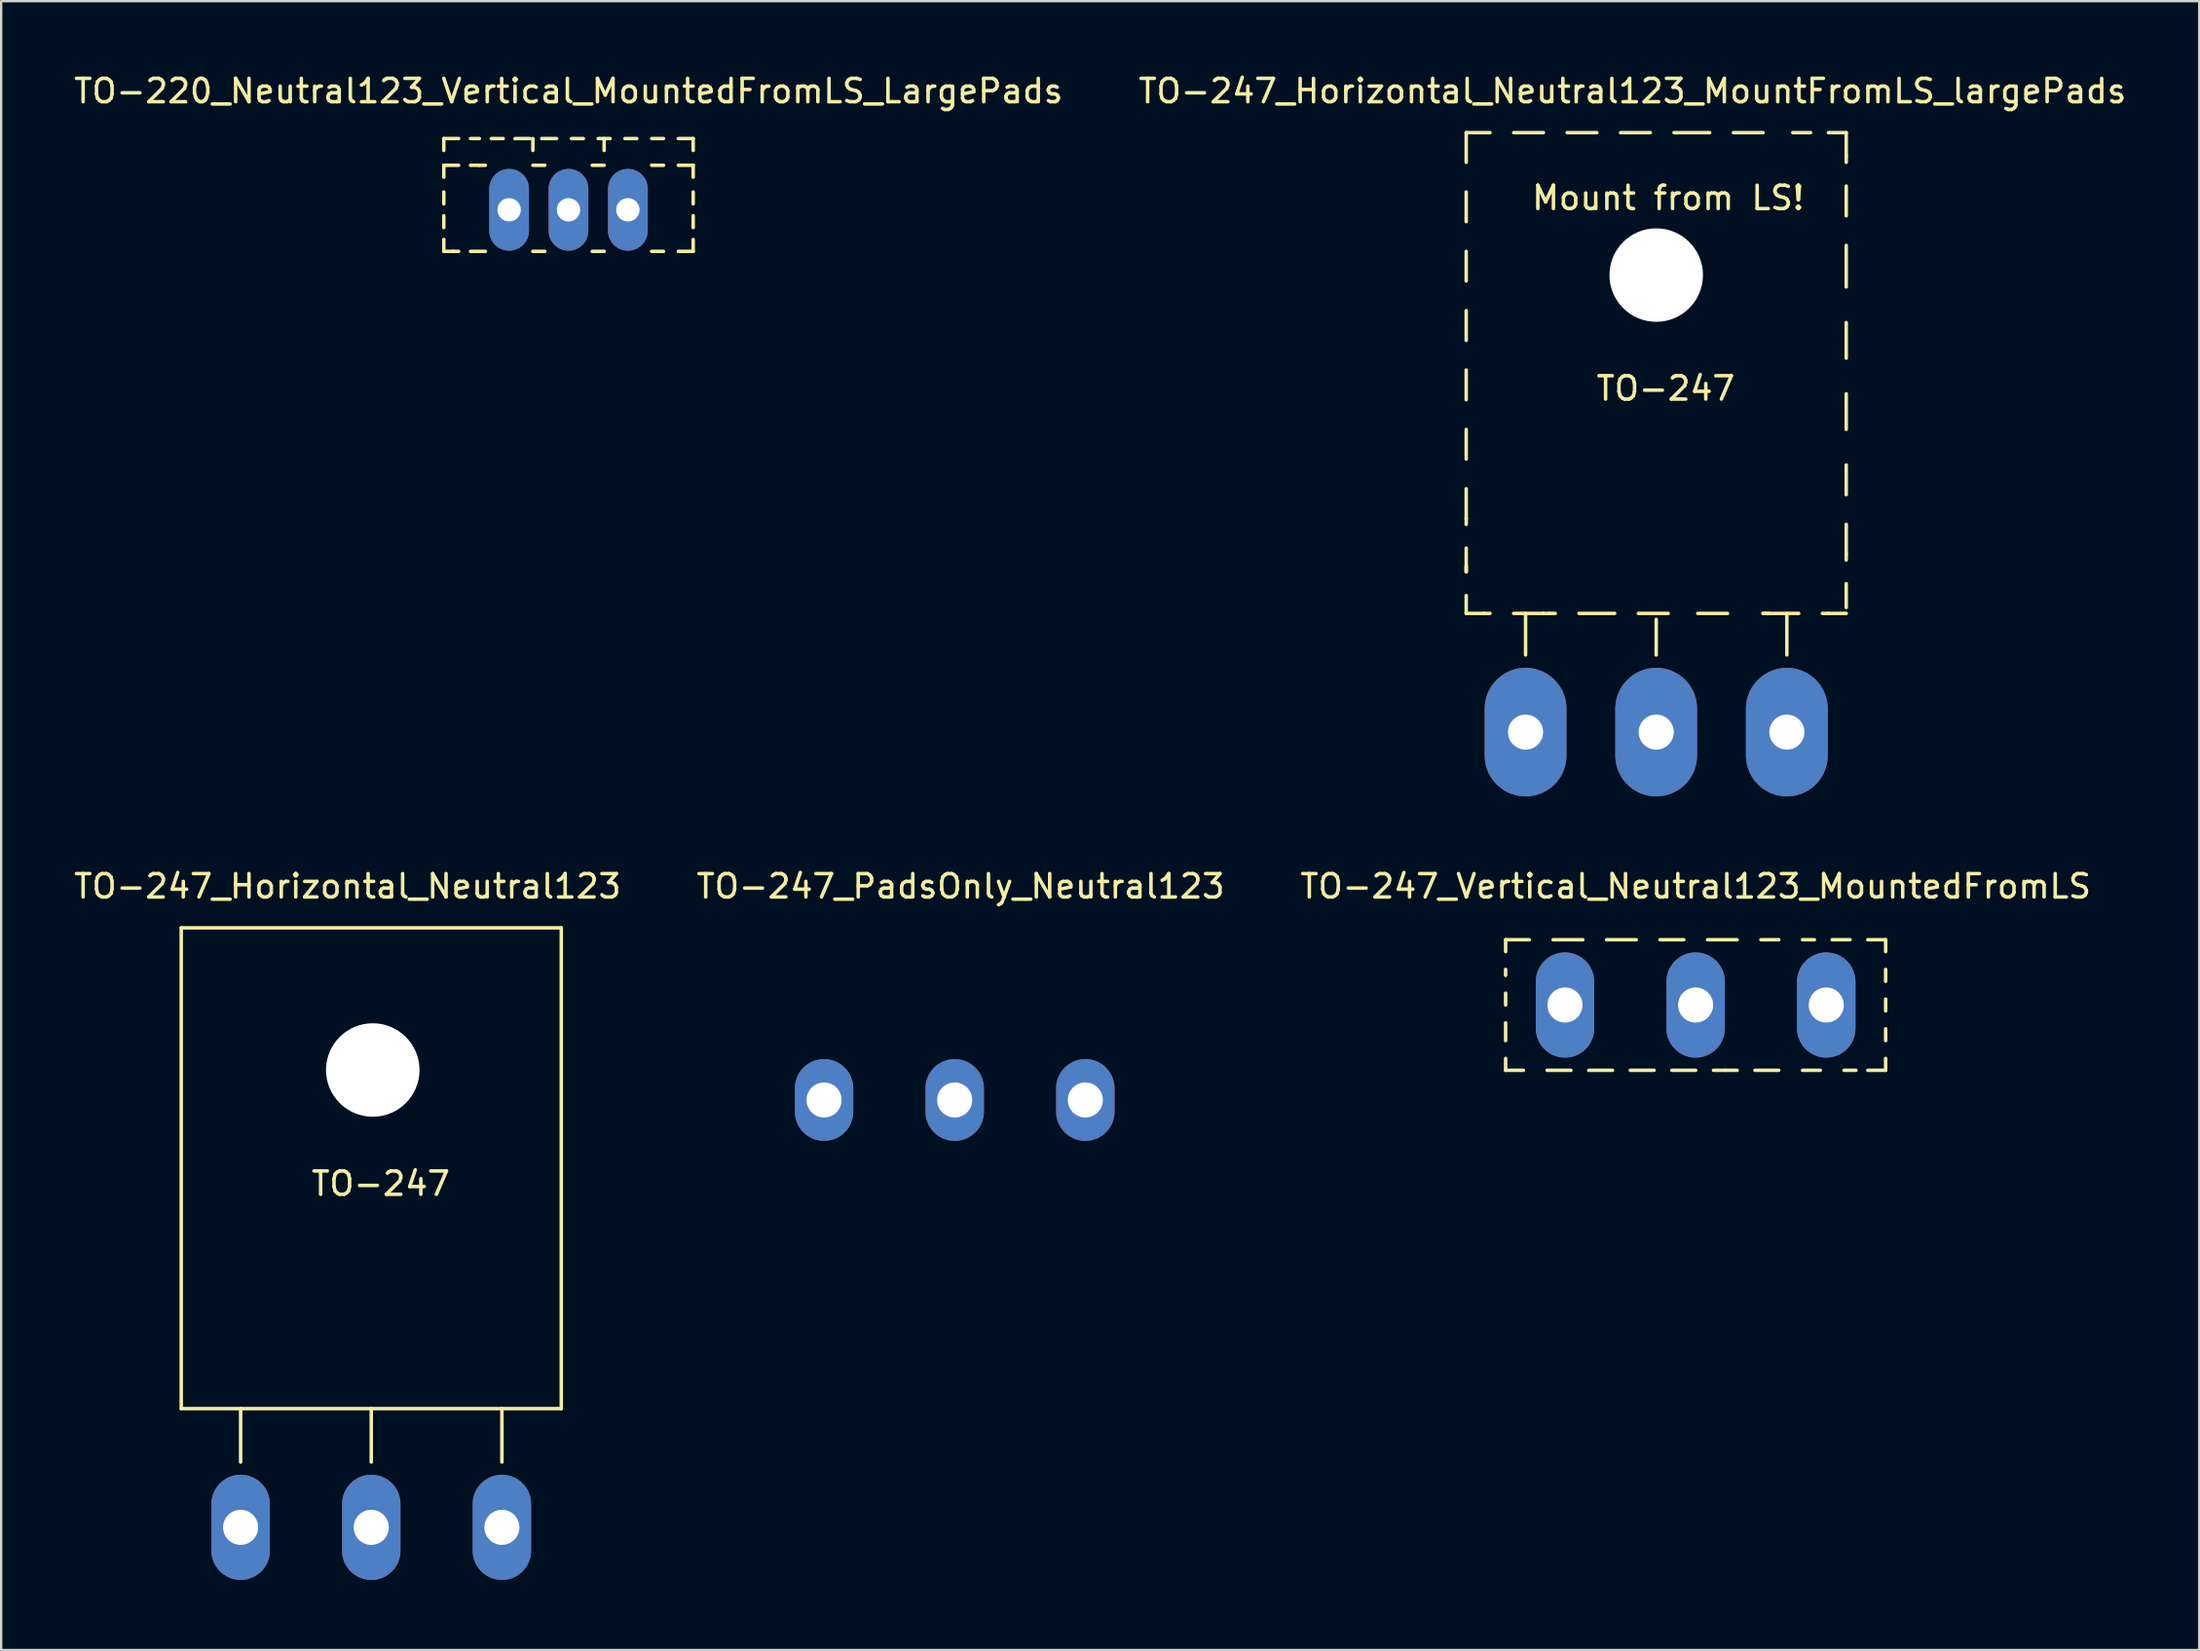
<source format=kicad_pcb>
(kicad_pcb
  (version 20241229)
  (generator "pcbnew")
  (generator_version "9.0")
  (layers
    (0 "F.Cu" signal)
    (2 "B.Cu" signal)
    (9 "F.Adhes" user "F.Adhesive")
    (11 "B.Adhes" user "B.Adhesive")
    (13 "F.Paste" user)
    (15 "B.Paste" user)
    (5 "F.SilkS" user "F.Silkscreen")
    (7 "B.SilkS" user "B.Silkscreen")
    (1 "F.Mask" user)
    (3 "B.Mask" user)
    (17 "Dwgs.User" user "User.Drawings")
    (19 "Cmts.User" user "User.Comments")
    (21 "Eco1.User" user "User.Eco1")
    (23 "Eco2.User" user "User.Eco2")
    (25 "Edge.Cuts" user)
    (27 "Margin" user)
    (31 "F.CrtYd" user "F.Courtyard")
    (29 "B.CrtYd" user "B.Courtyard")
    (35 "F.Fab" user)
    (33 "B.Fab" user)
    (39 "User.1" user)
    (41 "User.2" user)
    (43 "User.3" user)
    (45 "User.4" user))
  (footprint "TO-247_Vertical_Neutral123_MountedFromLS"
    (layer "F.Cu")
    (at 69.482 39.959)
    (property "Reference" "TO-247_Vertical_Neutral123_MountedFromLS" (at 0 -5.08 0) (layer "F.SilkS") (effects (font (size 1 1) (thickness 0.15))))
    (attr through_hole)
    (fp_line (start -8.128 -2.794) (end -8.128 -2.286) (stroke (width 0.15) (type solid)) (layer "F.SilkS"))
    (fp_line (start -8.128 -2.794) (end -7.112 -2.794) (stroke (width 0.15) (type solid)) (layer "F.SilkS"))
    (fp_line (start -8.128 -1.27) (end -8.128 -1.524) (stroke (width 0.15) (type solid)) (layer "F.SilkS"))
    (fp_line (start -8.128 0) (end -8.128 -0.508) (stroke (width 0.15) (type solid)) (layer "F.SilkS"))
    (fp_line (start -8.128 1.524) (end -8.128 0.762) (stroke (width 0.15) (type solid)) (layer "F.SilkS"))
    (fp_line (start -8.128 2.794) (end -8.128 2.286) (stroke (width 0.15) (type solid)) (layer "F.SilkS"))
    (fp_line (start -8.128 2.794) (end -7.366 2.794) (stroke (width 0.15) (type solid)) (layer "F.SilkS"))
    (fp_line (start -6.35 2.794) (end -5.334 2.794) (stroke (width 0.15) (type solid)) (layer "F.SilkS"))
    (fp_line (start -6.096 -2.794) (end -4.826 -2.794) (stroke (width 0.15) (type solid)) (layer "F.SilkS"))
    (fp_line (start -4.572 2.794) (end -3.556 2.794) (stroke (width 0.15) (type solid)) (layer "F.SilkS"))
    (fp_line (start -3.81 -2.794) (end -2.54 -2.794) (stroke (width 0.15) (type solid)) (layer "F.SilkS"))
    (fp_line (start -2.794 2.794) (end -1.778 2.794) (stroke (width 0.15) (type solid)) (layer "F.SilkS"))
    (fp_line (start -1.524 -2.794) (end -0.508 -2.794) (stroke (width 0.15) (type solid)) (layer "F.SilkS"))
    (fp_line (start -1.016 2.794) (end 0 2.794) (stroke (width 0.15) (type solid)) (layer "F.SilkS"))
    (fp_line (start 0.508 -2.794) (end 1.778 -2.794) (stroke (width 0.15) (type solid)) (layer "F.SilkS"))
    (fp_line (start 1.27 2.794) (end 0.762 2.794) (stroke (width 0.15) (type solid)) (layer "F.SilkS"))
    (fp_line (start 1.27 2.794) (end 1.778 2.794) (stroke (width 0.15) (type solid)) (layer "F.SilkS"))
    (fp_line (start 2.54 2.794) (end 3.556 2.794) (stroke (width 0.15) (type solid)) (layer "F.SilkS"))
    (fp_line (start 2.794 -2.794) (end 3.556 -2.794) (stroke (width 0.15) (type solid)) (layer "F.SilkS"))
    (fp_line (start 4.572 2.794) (end 5.334 2.794) (stroke (width 0.15) (type solid)) (layer "F.SilkS"))
    (fp_line (start 5.08 -2.794) (end 4.572 -2.794) (stroke (width 0.15) (type solid)) (layer "F.SilkS"))
    (fp_line (start 6.35 2.794) (end 6.858 2.794) (stroke (width 0.15) (type solid)) (layer "F.SilkS"))
    (fp_line (start 6.604 -2.794) (end 5.842 -2.794) (stroke (width 0.15) (type solid)) (layer "F.SilkS"))
    (fp_line (start 7.366 2.794) (end 8.128 2.794) (stroke (width 0.15) (type solid)) (layer "F.SilkS"))
    (fp_line (start 8.128 -2.794) (end 7.366 -2.794) (stroke (width 0.15) (type solid)) (layer "F.SilkS"))
    (fp_line (start 8.128 -2.794) (end 8.128 -2.286) (stroke (width 0.15) (type solid)) (layer "F.SilkS"))
    (fp_line (start 8.128 -1.524) (end 8.128 -1.016) (stroke (width 0.15) (type solid)) (layer "F.SilkS"))
    (fp_line (start 8.128 -0.254) (end 8.128 0.254) (stroke (width 0.15) (type solid)) (layer "F.SilkS"))
    (fp_line (start 8.128 1.016) (end 8.128 1.524) (stroke (width 0.15) (type solid)) (layer "F.SilkS"))
    (fp_line (start 8.128 2.794) (end 8.128 2.286) (stroke (width 0.15) (type solid)) (layer "F.SilkS"))
    (pad "1" thru_hole oval (at 5.588 0 90) (size 4.501 2.499) (drill 1.501) (layers "*.Cu" "*.Mask"))
    (pad "2" thru_hole oval (at 0 0 90) (size 4.501 2.499) (drill 1.501) (layers "*.Cu" "*.Mask"))
    (pad "3" thru_hole oval (at -5.588 0 90) (size 4.501 2.499) (drill 1.501) (layers "*.Cu" "*.Mask")))
  (footprint "TO-247_PadsOnly_Neutral123"
    (layer "F.Cu")
    (at 37.788 44.023)
    (property "Reference" "TO-247_PadsOnly_Neutral123" (at 0.254 -9.144 0) (layer "F.SilkS") (effects (font (size 1 1) (thickness 0.15))))
    (attr through_hole)
    (pad "1" thru_hole oval (at -5.588 0 90) (size 3.5 2.499) (drill 1.501) (layers "*.Cu" "*.Mask"))
    (pad "2" thru_hole oval (at 0 0 90) (size 3.5 2.499) (drill 1.501) (layers "*.Cu" "*.Mask"))
    (pad "3" thru_hole oval (at 5.588 0 90) (size 3.5 2.499) (drill 1.501) (layers "*.Cu" "*.Mask")))
  (footprint "TO-220_Neutral123_Vertical_MountedFromLS_LargePads"
    (layer "F.Cu")
    (at 21.268 5.928)
    (property "Reference" "TO-220_Neutral123_Vertical_MountedFromLS_LargePads" (at 0 -5.08 0) (layer "F.SilkS") (effects (font (size 1 1) (thickness 0.15))))
    (attr through_hole)
    (fp_line (start -5.334 -3.048) (end -4.699 -3.048) (stroke (width 0.15) (type solid)) (layer "F.SilkS"))
    (fp_line (start -5.334 -2.54) (end -5.334 -3.048) (stroke (width 0.15) (type solid)) (layer "F.SilkS"))
    (fp_line (start -5.334 -1.397) (end -5.334 -1.905) (stroke (width 0.15) (type solid)) (layer "F.SilkS"))
    (fp_line (start -5.334 -0.254) (end -5.334 -0.762) (stroke (width 0.15) (type solid)) (layer "F.SilkS"))
    (fp_line (start -5.334 0.762) (end -5.334 0.254) (stroke (width 0.15) (type solid)) (layer "F.SilkS"))
    (fp_line (start -5.334 1.778) (end -5.334 1.27) (stroke (width 0.15) (type solid)) (layer "F.SilkS"))
    (fp_line (start -5.334 1.778) (end -4.953 1.778) (stroke (width 0.15) (type solid)) (layer "F.SilkS"))
    (fp_line (start -4.953 1.778) (end -4.699 1.778) (stroke (width 0.15) (type solid)) (layer "F.SilkS"))
    (fp_line (start -4.699 -1.905) (end -5.334 -1.905) (stroke (width 0.15) (type solid)) (layer "F.SilkS"))
    (fp_line (start -4.191 -3.048) (end -3.81 -3.048) (stroke (width 0.15) (type solid)) (layer "F.SilkS"))
    (fp_line (start -3.81 -1.905) (end -4.191 -1.905) (stroke (width 0.15) (type solid)) (layer "F.SilkS"))
    (fp_line (start -3.81 -1.905) (end -3.556 -1.905) (stroke (width 0.15) (type solid)) (layer "F.SilkS"))
    (fp_line (start -3.556 1.778) (end -4.191 1.778) (stroke (width 0.15) (type solid)) (layer "F.SilkS"))
    (fp_line (start -3.302 -3.048) (end -2.794 -3.048) (stroke (width 0.15) (type solid)) (layer "F.SilkS"))
    (fp_line (start -2.286 -3.048) (end -1.651 -3.048) (stroke (width 0.15) (type solid)) (layer "F.SilkS"))
    (fp_line (start -1.524 -3.048) (end -1.524 -2.54) (stroke (width 0.15) (type solid)) (layer "F.SilkS"))
    (fp_line (start -1.524 -1.905) (end -1.016 -1.905) (stroke (width 0.15) (type solid)) (layer "F.SilkS"))
    (fp_line (start -1.143 -3.048) (end -0.508 -3.048) (stroke (width 0.15) (type solid)) (layer "F.SilkS"))
    (fp_line (start -1.016 1.778) (end -1.524 1.778) (stroke (width 0.15) (type solid)) (layer "F.SilkS"))
    (fp_line (start 0.127 -3.048) (end 0.635 -3.048) (stroke (width 0.15) (type solid)) (layer "F.SilkS"))
    (fp_line (start 1.016 -1.905) (end 1.524 -1.905) (stroke (width 0.15) (type solid)) (layer "F.SilkS"))
    (fp_line (start 1.27 -3.048) (end 1.778 -3.048) (stroke (width 0.15) (type solid)) (layer "F.SilkS"))
    (fp_line (start 1.524 -3.048) (end 1.524 -2.54) (stroke (width 0.15) (type solid)) (layer "F.SilkS"))
    (fp_line (start 1.524 1.778) (end 1.016 1.778) (stroke (width 0.15) (type solid)) (layer "F.SilkS"))
    (fp_line (start 2.413 -3.048) (end 2.921 -3.048) (stroke (width 0.15) (type solid)) (layer "F.SilkS"))
    (fp_line (start 3.556 -3.048) (end 4.064 -3.048) (stroke (width 0.15) (type solid)) (layer "F.SilkS"))
    (fp_line (start 3.556 -1.905) (end 4.064 -1.905) (stroke (width 0.15) (type solid)) (layer "F.SilkS"))
    (fp_line (start 3.556 1.778) (end 4.064 1.778) (stroke (width 0.15) (type solid)) (layer "F.SilkS"))
    (fp_line (start 4.699 -3.048) (end 5.334 -3.048) (stroke (width 0.15) (type solid)) (layer "F.SilkS"))
    (fp_line (start 4.699 -1.905) (end 5.334 -1.905) (stroke (width 0.15) (type solid)) (layer "F.SilkS"))
    (fp_line (start 4.699 1.778) (end 5.334 1.778) (stroke (width 0.15) (type solid)) (layer "F.SilkS"))
    (fp_line (start 5.334 -3.048) (end 5.334 -2.54) (stroke (width 0.15) (type solid)) (layer "F.SilkS"))
    (fp_line (start 5.334 -1.905) (end 5.334 -1.397) (stroke (width 0.15) (type solid)) (layer "F.SilkS"))
    (fp_line (start 5.334 -0.762) (end 5.334 -0.254) (stroke (width 0.15) (type solid)) (layer "F.SilkS"))
    (fp_line (start 5.334 0.254) (end 5.334 0.762) (stroke (width 0.15) (type solid)) (layer "F.SilkS"))
    (fp_line (start 5.334 1.27) (end 5.334 1.778) (stroke (width 0.15) (type solid)) (layer "F.SilkS"))
    (pad "1" thru_hole oval (at 2.54 0 90) (size 3.5 1.699) (drill 1.001) (layers "*.Cu" "*.Mask"))
    (pad "2" thru_hole oval (at 0 0 90) (size 3.5 1.699) (drill 1.001) (layers "*.Cu" "*.Mask"))
    (pad "3" thru_hole oval (at -2.54 0 90) (size 3.5 1.699) (drill 1.001) (layers "*.Cu" "*.Mask")))
  (footprint "TO-247_Horizontal_Neutral123"
    (layer "F.Cu")
    (at 12.831 62.311)
    (property "Reference" "TO-247_Horizontal_Neutral123" (at -1.016 -27.432 0) (layer "F.SilkS") (effects (font (size 1 1) (thickness 0.15))))
    (attr through_hole)
    (fp_line (start -8.128 -25.654) (end 8.128 -25.654) (stroke (width 0.15) (type solid)) (layer "F.SilkS"))
    (fp_line (start -8.128 -5.08) (end -8.128 -25.654) (stroke (width 0.15) (type solid)) (layer "F.SilkS"))
    (fp_line (start -5.588 -2.794) (end -5.588 -5.08) (stroke (width 0.15) (type solid)) (layer "F.SilkS"))
    (fp_line (start 0 -2.794) (end 0 -5.08) (stroke (width 0.15) (type solid)) (layer "F.SilkS"))
    (fp_line (start 5.588 -2.794) (end 5.588 -5.08) (stroke (width 0.15) (type solid)) (layer "F.SilkS"))
    (fp_line (start 8.128 -25.654) (end 8.128 -5.08) (stroke (width 0.15) (type solid)) (layer "F.SilkS"))
    (fp_line (start 8.128 -5.08) (end -8.128 -5.08) (stroke (width 0.15) (type solid)) (layer "F.SilkS"))
    (fp_circle (center 0 -19.558) (end 1.778 -19.558) (stroke (width 0.15) (type solid)) (fill no) (layer "F.SilkS"))
    (fp_text user "TO-247" (at 0.406 -14.707 0) (layer "F.SilkS") (effects (font (size 1 1) (thickness 0.15))))
    (pad "" np_thru_hole circle (at 0.064 -19.571) (size 4 4) (drill 4) (layers "*.Cu" "*.Mask"))
    (pad "1" thru_hole oval (at -5.588 0 90) (size 4.501 2.499) (drill 1.501) (layers "*.Cu" "*.Mask"))
    (pad "2" thru_hole oval (at 0 0 90) (size 4.501 2.499) (drill 1.501) (layers "*.Cu" "*.Mask"))
    (pad "3" thru_hole oval (at 5.588 0 90) (size 4.501 2.499) (drill 1.501) (layers "*.Cu" "*.Mask")))
  (footprint "TO-247_Horizontal_Neutral123_MountFromLS_largePads"
    (layer "F.Cu")
    (at 67.796 28.28)
    (property "Reference" "TO-247_Horizontal_Neutral123_MountFromLS_largePads" (at -1.016 -27.432 0) (layer "F.SilkS") (effects (font (size 1 1) (thickness 0.15))))
    (attr through_hole)
    (fp_line (start -8.128 -25.654) (end -8.128 -24.384) (stroke (width 0.15) (type solid)) (layer "F.SilkS"))
    (fp_line (start -8.128 -25.654) (end -7.112 -25.654) (stroke (width 0.15) (type solid)) (layer "F.SilkS"))
    (fp_line (start -8.128 -23.114) (end -8.128 -21.844) (stroke (width 0.15) (type solid)) (layer "F.SilkS"))
    (fp_line (start -8.128 -20.574) (end -8.128 -19.304) (stroke (width 0.15) (type solid)) (layer "F.SilkS"))
    (fp_line (start -8.128 -18.034) (end -8.128 -16.764) (stroke (width 0.15) (type solid)) (layer "F.SilkS"))
    (fp_line (start -8.128 -15.494) (end -8.128 -14.224) (stroke (width 0.15) (type solid)) (layer "F.SilkS"))
    (fp_line (start -8.128 -12.954) (end -8.128 -11.684) (stroke (width 0.15) (type solid)) (layer "F.SilkS"))
    (fp_line (start -8.128 -10.414) (end -8.128 -9.144) (stroke (width 0.15) (type solid)) (layer "F.SilkS"))
    (fp_line (start -8.128 -9.144) (end -8.128 -8.89) (stroke (width 0.15) (type solid)) (layer "F.SilkS"))
    (fp_line (start -8.128 -7.874) (end -8.128 -6.858) (stroke (width 0.15) (type solid)) (layer "F.SilkS"))
    (fp_line (start -8.128 -6.858) (end -8.128 -7.112) (stroke (width 0.15) (type solid)) (layer "F.SilkS"))
    (fp_line (start -8.128 -5.842) (end -8.128 -5.08) (stroke (width 0.15) (type solid)) (layer "F.SilkS"))
    (fp_line (start -8.128 -5.08) (end -7.366 -5.08) (stroke (width 0.15) (type solid)) (layer "F.SilkS"))
    (fp_line (start -7.366 -5.08) (end -7.112 -5.08) (stroke (width 0.15) (type solid)) (layer "F.SilkS"))
    (fp_line (start -6.096 -25.654) (end -4.826 -25.654) (stroke (width 0.15) (type solid)) (layer "F.SilkS"))
    (fp_line (start -6.096 -5.08) (end -4.826 -5.08) (stroke (width 0.15) (type solid)) (layer "F.SilkS"))
    (fp_line (start -5.588 -3.302) (end -5.588 -5.08) (stroke (width 0.15) (type solid)) (layer "F.SilkS"))
    (fp_line (start -4.826 -5.08) (end -4.572 -5.08) (stroke (width 0.15) (type solid)) (layer "F.SilkS"))
    (fp_line (start -4.572 -5.08) (end -4.318 -5.08) (stroke (width 0.15) (type solid)) (layer "F.SilkS"))
    (fp_line (start -3.81 -25.654) (end -2.54 -25.654) (stroke (width 0.15) (type solid)) (layer "F.SilkS"))
    (fp_line (start -3.302 -5.08) (end -1.778 -5.08) (stroke (width 0.15) (type solid)) (layer "F.SilkS"))
    (fp_line (start -1.524 -25.654) (end -0.254 -25.654) (stroke (width 0.15) (type solid)) (layer "F.SilkS"))
    (fp_line (start -0.762 -5.08) (end 0.508 -5.08) (stroke (width 0.15) (type solid)) (layer "F.SilkS"))
    (fp_line (start 0 -3.302) (end 0 -4.826) (stroke (width 0.15) (type solid)) (layer "F.SilkS"))
    (fp_line (start 0.762 -25.654) (end 2.286 -25.654) (stroke (width 0.15) (type solid)) (layer "F.SilkS"))
    (fp_line (start 1.778 -5.08) (end 3.048 -5.08) (stroke (width 0.15) (type solid)) (layer "F.SilkS"))
    (fp_line (start 3.302 -25.654) (end 4.572 -25.654) (stroke (width 0.15) (type solid)) (layer "F.SilkS"))
    (fp_line (start 4.572 -5.08) (end 4.826 -5.08) (stroke (width 0.15) (type solid)) (layer "F.SilkS"))
    (fp_line (start 5.588 -3.302) (end 5.588 -5.08) (stroke (width 0.15) (type solid)) (layer "F.SilkS"))
    (fp_line (start 5.842 -25.654) (end 6.604 -25.654) (stroke (width 0.15) (type solid)) (layer "F.SilkS"))
    (fp_line (start 6.096 -5.08) (end 4.572 -5.08) (stroke (width 0.15) (type solid)) (layer "F.SilkS"))
    (fp_line (start 7.366 -25.654) (end 8.128 -25.654) (stroke (width 0.15) (type solid)) (layer "F.SilkS"))
    (fp_line (start 7.366 -5.08) (end 7.112 -5.08) (stroke (width 0.15) (type solid)) (layer "F.SilkS"))
    (fp_line (start 8.128 -25.654) (end 8.128 -24.638) (stroke (width 0.15) (type solid)) (layer "F.SilkS"))
    (fp_line (start 8.128 -24.638) (end 8.128 -24.384) (stroke (width 0.15) (type solid)) (layer "F.SilkS"))
    (fp_line (start 8.128 -23.368) (end 8.128 -22.098) (stroke (width 0.15) (type solid)) (layer "F.SilkS"))
    (fp_line (start 8.128 -20.828) (end 8.128 -19.05) (stroke (width 0.15) (type solid)) (layer "F.SilkS"))
    (fp_line (start 8.128 -17.526) (end 8.128 -16.002) (stroke (width 0.15) (type solid)) (layer "F.SilkS"))
    (fp_line (start 8.128 -14.478) (end 8.128 -12.954) (stroke (width 0.15) (type solid)) (layer "F.SilkS"))
    (fp_line (start 8.128 -11.43) (end 8.128 -10.16) (stroke (width 0.15) (type solid)) (layer "F.SilkS"))
    (fp_line (start 8.128 -8.89) (end 8.128 -7.62) (stroke (width 0.15) (type solid)) (layer "F.SilkS"))
    (fp_line (start 8.128 -7.62) (end 8.128 -7.366) (stroke (width 0.15) (type solid)) (layer "F.SilkS"))
    (fp_line (start 8.128 -6.35) (end 8.128 -5.334) (stroke (width 0.15) (type solid)) (layer "F.SilkS"))
    (fp_line (start 8.128 -5.08) (end 7.366 -5.08) (stroke (width 0.15) (type solid)) (layer "F.SilkS"))
    (fp_circle (center 0 -19.558) (end 1.778 -19.558) (stroke (width 0.15) (type solid)) (fill no) (layer "F.SilkS"))
    (fp_text user "TO-247" (at 0.406 -14.707 0) (layer "F.SilkS") (effects (font (size 1 1) (thickness 0.15))))
    (fp_text user "Mount from LS!" (at 0.508 -22.86 0) (layer "F.SilkS") (effects (font (size 1 1) (thickness 0.15))))
    (pad "" np_thru_hole circle (at 0 -19.558) (size 4 4) (drill 4) (layers "*.Cu" "*.Mask"))
    (pad "1" thru_hole oval (at 5.588 0 90) (size 5.502 3.5) (drill 1.501) (layers "*.Cu" "*.Mask"))
    (pad "2" thru_hole oval (at 0 0 90) (size 5.502 3.5) (drill 1.501) (layers "*.Cu" "*.Mask"))
    (pad "3" thru_hole oval (at -5.588 0 90) (size 5.502 3.5) (drill 1.501) (layers "*.Cu" "*.Mask")))
  (gr_rect
    (start -3 -3)
    (end 91.024 67.562)
    (stroke (width 0.1) (type default))
    (fill no)
    (layer "Edge.Cuts")))
</source>
